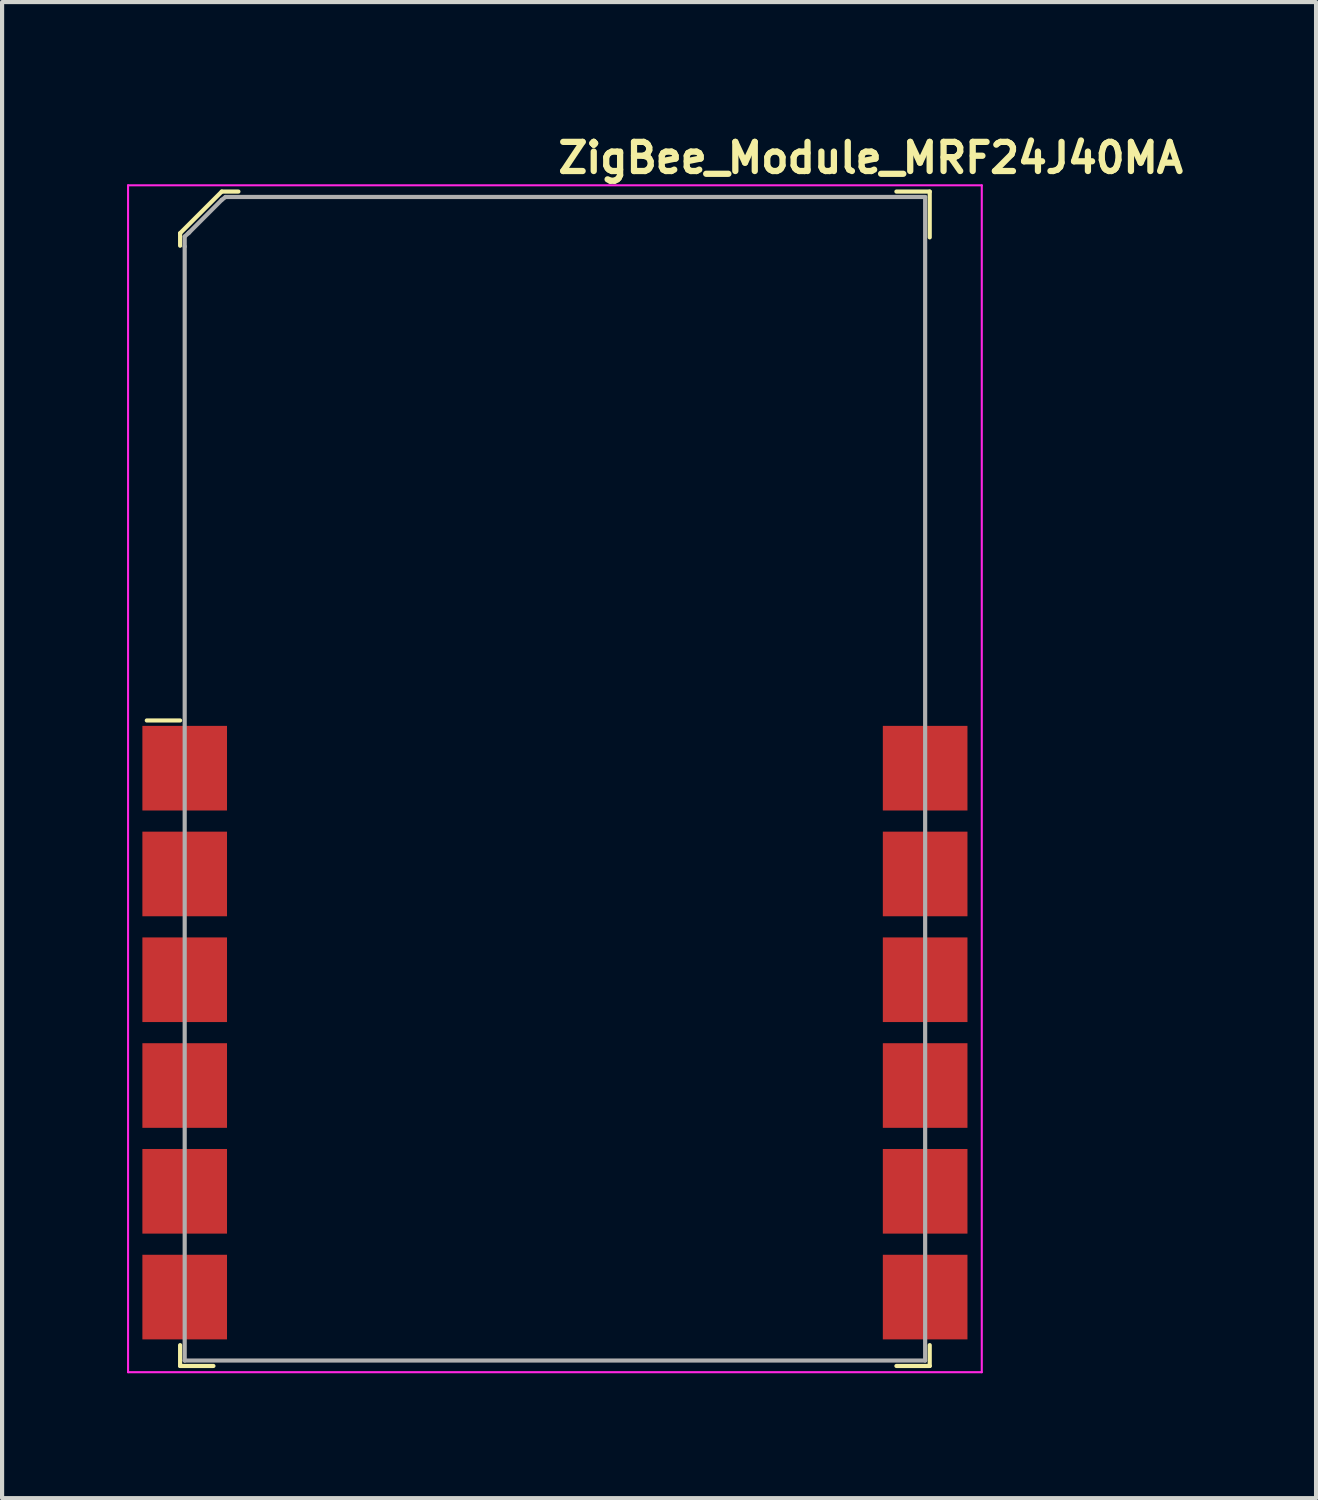
<source format=kicad_pcb>
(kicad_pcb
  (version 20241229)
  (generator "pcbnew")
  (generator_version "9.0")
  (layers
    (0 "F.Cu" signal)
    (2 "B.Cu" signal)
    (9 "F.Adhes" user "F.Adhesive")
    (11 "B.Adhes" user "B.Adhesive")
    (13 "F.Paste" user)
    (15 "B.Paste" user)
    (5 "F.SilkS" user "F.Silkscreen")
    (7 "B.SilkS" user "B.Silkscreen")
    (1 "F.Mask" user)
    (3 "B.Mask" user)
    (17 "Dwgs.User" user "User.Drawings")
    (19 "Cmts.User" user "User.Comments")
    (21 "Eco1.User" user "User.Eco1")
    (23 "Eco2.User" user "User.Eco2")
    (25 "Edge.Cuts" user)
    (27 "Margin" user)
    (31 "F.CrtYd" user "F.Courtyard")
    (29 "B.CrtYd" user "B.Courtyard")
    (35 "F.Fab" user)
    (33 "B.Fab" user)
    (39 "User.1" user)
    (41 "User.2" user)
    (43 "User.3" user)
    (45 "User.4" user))
  (footprint "ZigBee_Module_MRF24J40MA"
    (layer "F.Cu")
    (at 10.275 15.65)
    (property "Reference" "ZigBee_Module_MRF24J40MA" (at 0 -14.5 0) (layer "F.SilkS") (effects (font (size 0.7 0.7) (thickness 0.15)) (justify left bottom)))
    (attr smd)
    (fp_line (start -9 -13.1) (end -9 -12.8) (stroke (width 0.1) (type solid)) (layer "F.SilkS"))
    (fp_line (start -9 -1.4) (end -9.8 -1.4) (stroke (width 0.1) (type solid)) (layer "F.SilkS"))
    (fp_line (start -9 13.6) (end -9 14.1) (stroke (width 0.1) (type solid)) (layer "F.SilkS"))
    (fp_line (start -9 14.1) (end -8.2 14.1) (stroke (width 0.1) (type solid)) (layer "F.SilkS"))
    (fp_line (start -8 -14.1) (end -9 -13.1) (stroke (width 0.1) (type solid)) (layer "F.SilkS"))
    (fp_line (start -7.6 -14.1) (end -8 -14.1) (stroke (width 0.1) (type solid)) (layer "F.SilkS"))
    (fp_line (start 8.2 -14.1) (end 9 -14.1) (stroke (width 0.1) (type solid)) (layer "F.SilkS"))
    (fp_line (start 9 -14.1) (end 9 -13) (stroke (width 0.1) (type solid)) (layer "F.SilkS"))
    (fp_line (start 9 13.6) (end 9 14.1) (stroke (width 0.1) (type solid)) (layer "F.SilkS"))
    (fp_line (start 9 14.1) (end 8.2 14.1) (stroke (width 0.1) (type solid)) (layer "F.SilkS"))
    (fp_line (start -10.25 -14.25) (end 10.25 -14.25) (stroke (width 0.05) (type solid)) (layer "F.CrtYd"))
    (fp_line (start -10.25 14.25) (end -10.25 -14.25) (stroke (width 0.05) (type solid)) (layer "F.CrtYd"))
    (fp_line (start -10.25 14.25) (end 10.25 14.25) (stroke (width 0.05) (type solid)) (layer "F.CrtYd"))
    (fp_line (start 10.25 14.25) (end 10.25 -14.25) (stroke (width 0.05) (type solid)) (layer "F.CrtYd"))
    (fp_line (start -8.89 -13.02) (end -8.78 -13.12) (stroke (width 0.1) (type solid)) (layer "F.Fab"))
    (fp_line (start -8.89 -12.78) (end -8.89 -13.02) (stroke (width 0.1) (type solid)) (layer "F.Fab"))
    (fp_line (start -8.89 13.97) (end -8.89 -12.78) (stroke (width 0.1) (type solid)) (layer "F.Fab"))
    (fp_line (start -8.89 13.97) (end 8.89 13.97) (stroke (width 0.1) (type solid)) (layer "F.Fab"))
    (fp_line (start -8.8 -13.1) (end -8 -13.9) (stroke (width 0.1) (type solid)) (layer "F.Fab"))
    (fp_line (start -7.91 -13.97) (end -8 -13.9) (stroke (width 0.1) (type solid)) (layer "F.Fab"))
    (fp_line (start 8.89 -13.97) (end -7.91 -13.97) (stroke (width 0.1) (type solid)) (layer "F.Fab"))
    (fp_line (start 8.89 -13.97) (end 8.89 13.97) (stroke (width 0.1) (type solid)) (layer "F.Fab"))
    (pad "1" smd rect (at -8.89 -0.254) (size 2.032 2.032) (layers "F.Cu" "F.Mask" "F.Paste"))
    (pad "2" smd rect (at -8.89 2.286) (size 2.032 2.032) (layers "F.Cu" "F.Mask" "F.Paste"))
    (pad "3" smd rect (at -8.89 4.826) (size 2.032 2.032) (layers "F.Cu" "F.Mask" "F.Paste"))
    (pad "4" smd rect (at -8.89 7.366) (size 2.032 2.032) (layers "F.Cu" "F.Mask" "F.Paste"))
    (pad "5" smd rect (at -8.89 9.906) (size 2.032 2.032) (layers "F.Cu" "F.Mask" "F.Paste"))
    (pad "6" smd rect (at -8.89 12.446) (size 2.032 2.032) (layers "F.Cu" "F.Mask" "F.Paste"))
    (pad "7" smd rect (at 8.89 12.446) (size 2.032 2.032) (layers "F.Cu" "F.Mask" "F.Paste"))
    (pad "8" smd rect (at 8.89 9.906) (size 2.032 2.032) (layers "F.Cu" "F.Mask" "F.Paste"))
    (pad "9" smd rect (at 8.89 7.366) (size 2.032 2.032) (layers "F.Cu" "F.Mask" "F.Paste"))
    (pad "10" smd rect (at 8.89 4.826) (size 2.032 2.032) (layers "F.Cu" "F.Mask" "F.Paste"))
    (pad "11" smd rect (at 8.89 2.286) (size 2.032 2.032) (layers "F.Cu" "F.Mask" "F.Paste"))
    (pad "12" smd rect (at 8.89 -0.254) (size 2.032 2.032) (layers "F.Cu" "F.Mask" "F.Paste")))
  (gr_rect
    (start -3 -3)
    (end 28.552 32.925)
    (stroke (width 0.1) (type default))
    (fill no)
    (layer "Edge.Cuts")))
</source>
